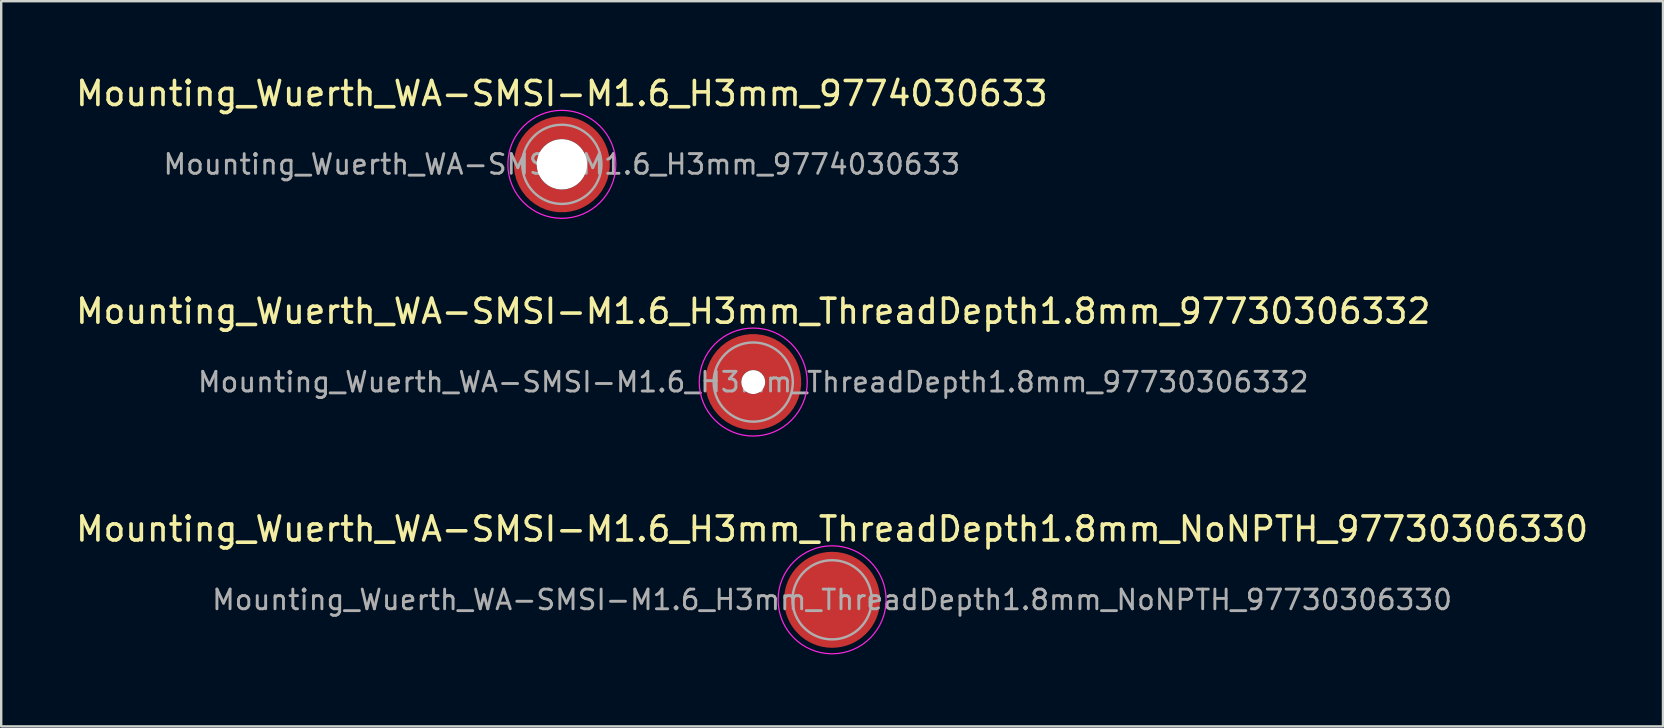
<source format=kicad_pcb>
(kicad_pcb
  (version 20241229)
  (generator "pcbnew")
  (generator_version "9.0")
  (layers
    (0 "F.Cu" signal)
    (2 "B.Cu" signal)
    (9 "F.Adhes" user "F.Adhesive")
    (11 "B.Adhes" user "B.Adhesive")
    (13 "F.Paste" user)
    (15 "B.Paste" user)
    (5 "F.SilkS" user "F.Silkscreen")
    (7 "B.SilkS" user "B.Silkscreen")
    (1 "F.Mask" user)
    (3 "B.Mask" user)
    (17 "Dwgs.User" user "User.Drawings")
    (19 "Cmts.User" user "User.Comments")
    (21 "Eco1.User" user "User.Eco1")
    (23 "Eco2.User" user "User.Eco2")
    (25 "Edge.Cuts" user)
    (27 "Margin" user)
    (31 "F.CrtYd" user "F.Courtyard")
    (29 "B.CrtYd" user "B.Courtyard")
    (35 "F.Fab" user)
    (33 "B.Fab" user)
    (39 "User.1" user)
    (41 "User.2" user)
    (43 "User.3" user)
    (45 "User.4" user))
  (footprint "Mounting_Wuerth_WA-SMSI-M1.6_H3mm_ThreadDepth1.8mm_97730306332"
    (layer "F.Cu")
    (at 28.339 12.871)
    (property "Reference" "Mounting_Wuerth_WA-SMSI-M1.6_H3mm_ThreadDepth1.8mm_97730306332" (at 0 -2.95 0) (layer "F.SilkS") (effects (font (size 1 1) (thickness 0.15))))
    (attr smd)
    (fp_circle (center 0 0) (end 2.25 0) (stroke (width 0.05) (type solid)) (fill no) (layer "F.CrtYd"))
    (fp_circle (center 0 0) (end 1.65 0) (stroke (width 0.1) (type solid)) (fill no) (layer "F.Fab"))
    (fp_text user "${REFERENCE}" (at 0 0 0) (layer "F.Fab") (effects (font (size 0.82 0.82) (thickness 0.12))))
    (pad "" smd custom (at 0 -1.25) (size 0.9 0.9) (layers "F.Paste") (options (anchor circle)) (primitives (gr_arc (start -0.259808 0.6) (mid -0.00045 0.55) (end 0.258972 0.599667) (width 0.2)) (gr_arc (start -0.466369 0.6) (mid -0.000127 0.45) (end 0.466163 0.599852) (width 0.2)) (gr_arc (start -0.622495 0.6) (mid -0.000185 0.35) (end 0.622228 0.599745) (width 0.2)) (gr_arc (start -0.759934 0.6) (mid -0.000146 0.25) (end 0.759744 0.599777) (width 0.2)) (gr_arc (start -0.887412 0.6) (mid -0.000546 0.15) (end 0.886766 0.599119) (width 0.2)) (gr_arc (start -1.008712 0.6) (mid -0.000059 0.05) (end 1.008648 0.5999) (width 0.2)) (gr_arc (start -1.125833 0.6) (mid -0.001134 -0.049999) (end 1.124697 0.598036) (width 0.2)) (gr_arc (start -1.23996 0.6) (mid -0.00088 -0.15) (end 1.239142 0.598442) (width 0.2)) (gr_arc (start -1.351851 0.6) (mid -0.000542 -0.25) (end 1.351381 0.599023) (width 0.2)) (gr_arc (start -1.462019 0.6) (mid -0.000852 -0.35) (end 1.461326 0.598443) (width 0.2)) (gr_arc (start -1.570828 0.6) (mid -0.000608 -0.45) (end 1.570363 0.598876) (width 0.2)) (gr_arc (start -1.678541 0.6) (mid -0.000991 -0.55) (end 1.677824 0.598152) (width 0.2)) (gr_line (start 0.26 0.6) (end 1.679 0.6) (width 0.2)) (gr_line (start -0.26 0.6) (end -1.679 0.6) (width 0.2))))
    (pad "" np_thru_hole circle (at 0 0) (size 1 1) (drill 1) (layers "*.Cu" "*.Mask"))
    (pad "" smd custom (at 0 1.25) (size 0.9 0.9) (layers "F.Paste") (options (anchor circle)) (primitives (gr_arc (start 0.259808 -0.6) (mid 0.00045 -0.55) (end -0.258972 -0.599667) (width 0.2)) (gr_arc (start 0.466369 -0.6) (mid 0.000127 -0.45) (end -0.466163 -0.599852) (width 0.2)) (gr_arc (start 0.622495 -0.6) (mid 0.000185 -0.35) (end -0.622228 -0.599745) (width 0.2)) (gr_arc (start 0.759934 -0.6) (mid 0.000146 -0.25) (end -0.759744 -0.599777) (width 0.2)) (gr_arc (start 0.887412 -0.6) (mid 0.000546 -0.15) (end -0.886766 -0.599119) (width 0.2)) (gr_arc (start 1.008712 -0.6) (mid 0.000059 -0.05) (end -1.008648 -0.5999) (width 0.2)) (gr_arc (start 1.125833 -0.6) (mid 0.001134 0.049999) (end -1.124697 -0.598036) (width 0.2)) (gr_arc (start 1.23996 -0.6) (mid 0.00088 0.15) (end -1.239142 -0.598442) (width 0.2)) (gr_arc (start 1.351851 -0.6) (mid 0.000542 0.25) (end -1.351381 -0.599023) (width 0.2)) (gr_arc (start 1.462019 -0.6) (mid 0.000852 0.35) (end -1.461326 -0.598443) (width 0.2)) (gr_arc (start 1.570828 -0.6) (mid 0.000608 0.45) (end -1.570363 -0.598876) (width 0.2)) (gr_arc (start 1.678541 -0.6) (mid 0.000991 0.55) (end -1.677824 -0.598152) (width 0.2)) (gr_line (start -0.26 -0.6) (end -1.679 -0.6) (width 0.2)) (gr_line (start 0.26 -0.6) (end 1.679 -0.6) (width 0.2))))
    (pad "1" smd circle (at -1.25 0) (size 1.1 1.1) (layers "F.Cu"))
    (pad "1" smd circle (at 0 -1.25) (size 1.1 1.1) (layers "F.Cu"))
    (pad "1" smd circle (at 0 1.25) (size 1.1 1.1) (layers "F.Cu"))
    (pad "1" smd custom (at 1.25 0) (size 1.1 1.1) (layers "F.Cu" "F.Mask") (options (anchor circle)) (primitives (gr_circle (center -1.25 0) (end 0 0) (width 1.5) (fill no)))))
  (footprint "Mounting_Wuerth_WA-SMSI-M1.6_H3mm_9774030633"
    (layer "F.Cu")
    (at 20.363 3.798)
    (property "Reference" "Mounting_Wuerth_WA-SMSI-M1.6_H3mm_9774030633" (at 0 -2.95 0) (layer "F.SilkS") (effects (font (size 1 1) (thickness 0.15))))
    (attr smd)
    (fp_circle (center 0 0) (end 2.25 0) (stroke (width 0.05) (type solid)) (fill no) (layer "F.CrtYd"))
    (fp_circle (center 0 0) (end 1.65 0) (stroke (width 0.1) (type solid)) (fill no) (layer "F.Fab"))
    (fp_text user "${REFERENCE}" (at 0 0 0) (layer "F.Fab") (effects (font (size 0.82 0.82) (thickness 0.12))))
    (pad "" smd custom (at -1.061 -1.061) (size 0.4 0.4) (layers "F.Paste") (options (anchor circle)) (primitives (gr_arc (start -0.101235 0.76066) (mid 0.211799 0.212465) (end 0.759748 -0.100999) (width 0.2)) (gr_arc (start -0.204251 0.76066) (mid 0.141299 0.141544) (end 0.760323 -0.204171) (width 0.2)) (gr_arc (start -0.306819 0.76066) (mid 0.070255 0.071167) (end 0.759401 -0.306542) (width 0.2)) (gr_arc (start -0.409034 0.76066) (mid -0.000242 0.000241) (end 0.759991 -0.408897) (width 0.2)) (gr_arc (start -0.510963 0.76066) (mid -0.071561 -0.06986) (end 0.758297 -0.51051) (width 0.2)) (gr_arc (start -0.61266 0.76066) (mid -0.142171 -0.140671) (end 0.758572 -0.612284) (width 0.2)) (gr_arc (start -0.714164 0.76066) (mid -0.212264 -0.212) (end 0.760292 -0.714102) (width 0.2)) (gr_line (start 0.761 -0.101) (end 0.761 -0.714) (width 0.2)) (gr_line (start -0.101 0.761) (end -0.714 0.761) (width 0.2))))
    (pad "" smd custom (at -1.061 1.061) (size 0.4 0.4) (layers "F.Paste") (options (anchor circle)) (primitives (gr_arc (start 0.76066 0.101235) (mid 0.212465 -0.211799) (end -0.100999 -0.759748) (width 0.2)) (gr_arc (start 0.76066 0.204251) (mid 0.141544 -0.141299) (end -0.204171 -0.760323) (width 0.2)) (gr_arc (start 0.76066 0.306819) (mid 0.071167 -0.070255) (end -0.306542 -0.759401) (width 0.2)) (gr_arc (start 0.76066 0.409034) (mid 0.000241 0.000242) (end -0.408897 -0.759991) (width 0.2)) (gr_arc (start 0.76066 0.510963) (mid -0.06986 0.071561) (end -0.51051 -0.758297) (width 0.2)) (gr_arc (start 0.76066 0.61266) (mid -0.140671 0.142171) (end -0.612284 -0.758572) (width 0.2)) (gr_arc (start 0.76066 0.714164) (mid -0.212 0.212264) (end -0.714102 -0.760292) (width 0.2)) (gr_line (start -0.101 -0.761) (end -0.714 -0.761) (width 0.2)) (gr_line (start 0.761 0.101) (end 0.761 0.714) (width 0.2))))
    (pad "" np_thru_hole circle (at 0 0) (size 2.1 2.1) (drill 2.1) (layers "*.Cu" "*.Mask"))
    (pad "" smd custom (at 1.061 -1.061) (size 0.4 0.4) (layers "F.Paste") (options (anchor circle)) (primitives (gr_arc (start -0.76066 -0.101235) (mid -0.212465 0.211799) (end 0.100999 0.759748) (width 0.2)) (gr_arc (start -0.76066 -0.204251) (mid -0.141544 0.141299) (end 0.204171 0.760323) (width 0.2)) (gr_arc (start -0.76066 -0.306819) (mid -0.071167 0.070255) (end 0.306542 0.759401) (width 0.2)) (gr_arc (start -0.76066 -0.409034) (mid -0.000241 -0.000242) (end 0.408897 0.759991) (width 0.2)) (gr_arc (start -0.76066 -0.510963) (mid 0.06986 -0.071561) (end 0.51051 0.758297) (width 0.2)) (gr_arc (start -0.76066 -0.61266) (mid 0.140671 -0.142171) (end 0.612284 0.758572) (width 0.2)) (gr_arc (start -0.76066 -0.714164) (mid 0.212 -0.212264) (end 0.714102 0.760292) (width 0.2)) (gr_line (start 0.101 0.761) (end 0.714 0.761) (width 0.2)) (gr_line (start -0.761 -0.101) (end -0.761 -0.714) (width 0.2))))
    (pad "" smd custom (at 1.061 1.061) (size 0.4 0.4) (layers "F.Paste") (options (anchor circle)) (primitives (gr_arc (start 0.101235 -0.76066) (mid -0.211799 -0.212465) (end -0.759748 0.100999) (width 0.2)) (gr_arc (start 0.204251 -0.76066) (mid -0.141299 -0.141544) (end -0.760323 0.204171) (width 0.2)) (gr_arc (start 0.306819 -0.76066) (mid -0.070255 -0.071167) (end -0.759401 0.306542) (width 0.2)) (gr_arc (start 0.409034 -0.76066) (mid 0.000242 -0.000241) (end -0.759991 0.408897) (width 0.2)) (gr_arc (start 0.510963 -0.76066) (mid 0.071561 0.06986) (end -0.758297 0.51051) (width 0.2)) (gr_arc (start 0.61266 -0.76066) (mid 0.142171 0.140671) (end -0.758572 0.612284) (width 0.2)) (gr_arc (start 0.714164 -0.76066) (mid 0.212264 0.212) (end -0.760292 0.714102) (width 0.2)) (gr_line (start -0.761 0.101) (end -0.761 0.714) (width 0.2)) (gr_line (start 0.101 -0.761) (end 0.714 -0.761) (width 0.2))))
    (pad "1" smd circle (at -1.525 0) (size 0.55 0.55) (layers "F.Cu"))
    (pad "1" smd circle (at 0 -1.525) (size 0.55 0.55) (layers "F.Cu"))
    (pad "1" smd circle (at 0 1.525) (size 0.55 0.55) (layers "F.Cu"))
    (pad "1" smd custom (at 1.525 0) (size 0.55 0.55) (layers "F.Cu" "F.Mask") (options (anchor circle)) (primitives (gr_circle (center -1.525 0) (end 0 0) (width 0.95) (fill no)))))
  (footprint "Mounting_Wuerth_WA-SMSI-M1.6_H3mm_ThreadDepth1.8mm_NoNPTH_97730306330"
    (layer "F.Cu")
    (at 31.625 21.945)
    (property "Reference" "Mounting_Wuerth_WA-SMSI-M1.6_H3mm_ThreadDepth1.8mm_NoNPTH_97730306330" (at 0 -2.95 0) (layer "F.SilkS") (effects (font (size 1 1) (thickness 0.15))))
    (attr smd)
    (fp_circle (center 0 0) (end 2.25 0) (stroke (width 0.05) (type solid)) (fill no) (layer "F.CrtYd"))
    (fp_circle (center 0 0) (end 1.65 0) (stroke (width 0.1) (type solid)) (fill no) (layer "F.Fab"))
    (fp_text user "${REFERENCE}" (at 0 0 0) (layer "F.Fab") (effects (font (size 0.82 0.82) (thickness 0.12))))
    (pad "" smd custom (at -0.778 -0.778) (size 1.2 1.2) (layers "F.Paste") (options (anchor circle)) (primitives (gr_arc (start 0.465568 0.527817) (mid 0.494887 0.495062) (end 0.527624 0.465723) (width 0.2)) (gr_arc (start 0.344805 0.527817) (mid 0.424264 0.424264) (end 0.527818 0.344805) (width 0.2)) (gr_arc (start 0.232382 0.527817) (mid 0.353364 0.353743) (end 0.527329 0.232606) (width 0.2)) (gr_arc (start 0.123983 0.527817) (mid 0.282626 0.28306) (end 0.527243 0.124203) (width 0.2)) (gr_arc (start 0.017883 0.527817) (mid 0.211737 0.212527) (end 0.526755 0.018233) (width 0.2)) (gr_arc (start -0.086763 0.527817) (mid 0.141173 0.14167) (end 0.527142 -0.086568) (width 0.2)) (gr_arc (start -0.190428 0.527817) (mid 0.070433 0.070988) (end 0.527057 -0.190232) (width 0.2)) (gr_arc (start -0.293397 0.527817) (mid -0.000182 0.000182) (end 0.527315 -0.29328) (width 0.2)) (gr_arc (start -0.395852 0.527817) (mid -0.071085 -0.070336) (end 0.526781 -0.395631) (width 0.2)) (gr_arc (start -0.497918 0.527817) (mid -0.141622 -0.141221) (end 0.52726 -0.497809) (width 0.2)) (gr_arc (start -0.59968 0.527817) (mid -0.212364 -0.2119) (end 0.527171 -0.599563) (width 0.2)) (gr_arc (start -0.701202 0.527817) (mid -0.282952 -0.282733) (end 0.527511 -0.70115) (width 0.2)) (gr_arc (start -0.802531 0.527817) (mid -0.353765 -0.353343) (end 0.527227 -0.802438) (width 0.2)) (gr_arc (start -0.9037 0.527817) (mid -0.425176 -0.423352) (end 0.525265 -0.903319) (width 0.2)) (gr_arc (start -1.004737 0.527817) (mid -0.49534 -0.49461) (end 0.526794 -1.004593) (width 0.2)) (gr_line (start 0.528 0.466) (end 0.528 -1.005) (width 0.2)) (gr_line (start 0.466 0.528) (end -1.005 0.528) (width 0.2))))
    (pad "" smd custom (at -0.778 0.778) (size 1.2 1.2) (layers "F.Paste") (options (anchor circle)) (primitives (gr_arc (start 0.527817 -0.465568) (mid 0.495062 -0.494887) (end 0.465723 -0.527624) (width 0.2)) (gr_arc (start 0.527817 -0.344805) (mid 0.424264 -0.424264) (end 0.344805 -0.527818) (width 0.2)) (gr_arc (start 0.527817 -0.232382) (mid 0.353743 -0.353364) (end 0.232606 -0.527329) (width 0.2)) (gr_arc (start 0.527817 -0.123983) (mid 0.28306 -0.282626) (end 0.124203 -0.527243) (width 0.2)) (gr_arc (start 0.527817 -0.017883) (mid 0.212527 -0.211737) (end 0.018233 -0.526755) (width 0.2)) (gr_arc (start 0.527817 0.086763) (mid 0.14167 -0.141173) (end -0.086568 -0.527142) (width 0.2)) (gr_arc (start 0.527817 0.190428) (mid 0.070988 -0.070433) (end -0.190232 -0.527057) (width 0.2)) (gr_arc (start 0.527817 0.293397) (mid 0.000182 0.000182) (end -0.29328 -0.527315) (width 0.2)) (gr_arc (start 0.527817 0.395852) (mid -0.070336 0.071085) (end -0.395631 -0.526781) (width 0.2)) (gr_arc (start 0.527817 0.497918) (mid -0.141221 0.141622) (end -0.497809 -0.52726) (width 0.2)) (gr_arc (start 0.527817 0.59968) (mid -0.2119 0.212364) (end -0.599563 -0.527171) (width 0.2)) (gr_arc (start 0.527817 0.701202) (mid -0.282733 0.282952) (end -0.70115 -0.527511) (width 0.2)) (gr_arc (start 0.527817 0.802531) (mid -0.353343 0.353765) (end -0.802438 -0.527227) (width 0.2)) (gr_arc (start 0.527817 0.9037) (mid -0.423352 0.425176) (end -0.903319 -0.525265) (width 0.2)) (gr_arc (start 0.527817 1.004737) (mid -0.49461 0.49534) (end -1.004593 -0.526794) (width 0.2)) (gr_line (start 0.466 -0.528) (end -1.005 -0.528) (width 0.2)) (gr_line (start 0.528 -0.466) (end 0.528 1.005) (width 0.2))))
    (pad "" smd custom (at 0.778 -0.778) (size 1.2 1.2) (layers "F.Paste") (options (anchor circle)) (primitives (gr_arc (start -0.527817 0.465568) (mid -0.495062 0.494887) (end -0.465723 0.527624) (width 0.2)) (gr_arc (start -0.527817 0.344805) (mid -0.424264 0.424264) (end -0.344805 0.527818) (width 0.2)) (gr_arc (start -0.527817 0.232382) (mid -0.353743 0.353364) (end -0.232606 0.527329) (width 0.2)) (gr_arc (start -0.527817 0.123983) (mid -0.28306 0.282626) (end -0.124203 0.527243) (width 0.2)) (gr_arc (start -0.527817 0.017883) (mid -0.212527 0.211737) (end -0.018233 0.526755) (width 0.2)) (gr_arc (start -0.527817 -0.086763) (mid -0.14167 0.141173) (end 0.086568 0.527142) (width 0.2)) (gr_arc (start -0.527817 -0.190428) (mid -0.070988 0.070433) (end 0.190232 0.527057) (width 0.2)) (gr_arc (start -0.527817 -0.293397) (mid -0.000182 -0.000182) (end 0.29328 0.527315) (width 0.2)) (gr_arc (start -0.527817 -0.395852) (mid 0.070336 -0.071085) (end 0.395631 0.526781) (width 0.2)) (gr_arc (start -0.527817 -0.497918) (mid 0.141221 -0.141622) (end 0.497809 0.52726) (width 0.2)) (gr_arc (start -0.527817 -0.59968) (mid 0.2119 -0.212364) (end 0.599563 0.527171) (width 0.2)) (gr_arc (start -0.527817 -0.701202) (mid 0.282733 -0.282952) (end 0.70115 0.527511) (width 0.2)) (gr_arc (start -0.527817 -0.802531) (mid 0.353343 -0.353765) (end 0.802438 0.527227) (width 0.2)) (gr_arc (start -0.527817 -0.9037) (mid 0.423352 -0.425176) (end 0.903319 0.525265) (width 0.2)) (gr_arc (start -0.527817 -1.004737) (mid 0.49461 -0.49534) (end 1.004593 0.526794) (width 0.2)) (gr_line (start -0.466 0.528) (end 1.005 0.528) (width 0.2)) (gr_line (start -0.528 0.466) (end -0.528 -1.005) (width 0.2))))
    (pad "" smd custom (at 0.778 0.778) (size 1.2 1.2) (layers "F.Paste") (options (anchor circle)) (primitives (gr_arc (start -0.465568 -0.527817) (mid -0.494887 -0.495062) (end -0.527624 -0.465723) (width 0.2)) (gr_arc (start -0.344805 -0.527817) (mid -0.424264 -0.424264) (end -0.527818 -0.344805) (width 0.2)) (gr_arc (start -0.232382 -0.527817) (mid -0.353364 -0.353743) (end -0.527329 -0.232606) (width 0.2)) (gr_arc (start -0.123983 -0.527817) (mid -0.282626 -0.28306) (end -0.527243 -0.124203) (width 0.2)) (gr_arc (start -0.017883 -0.527817) (mid -0.211737 -0.212527) (end -0.526755 -0.018233) (width 0.2)) (gr_arc (start 0.086763 -0.527817) (mid -0.141173 -0.14167) (end -0.527142 0.086568) (width 0.2)) (gr_arc (start 0.190428 -0.527817) (mid -0.070433 -0.070988) (end -0.527057 0.190232) (width 0.2)) (gr_arc (start 0.293397 -0.527817) (mid 0.000182 -0.000182) (end -0.527315 0.29328) (width 0.2)) (gr_arc (start 0.395852 -0.527817) (mid 0.071085 0.070336) (end -0.526781 0.395631) (width 0.2)) (gr_arc (start 0.497918 -0.527817) (mid 0.141622 0.141221) (end -0.52726 0.497809) (width 0.2)) (gr_arc (start 0.59968 -0.527817) (mid 0.212364 0.2119) (end -0.527171 0.599563) (width 0.2)) (gr_arc (start 0.701202 -0.527817) (mid 0.282952 0.282733) (end -0.527511 0.70115) (width 0.2)) (gr_arc (start 0.802531 -0.527817) (mid 0.353765 0.353343) (end -0.527227 0.802438) (width 0.2)) (gr_arc (start 0.9037 -0.527817) (mid 0.425176 0.423352) (end -0.525265 0.903319) (width 0.2)) (gr_arc (start 1.004737 -0.527817) (mid 0.49534 0.49461) (end -0.526794 1.004593) (width 0.2)) (gr_line (start -0.528 -0.466) (end -0.528 1.005) (width 0.2)) (gr_line (start -0.466 -0.528) (end 1.005 -0.528) (width 0.2))))
    (pad "1" smd circle (at 0 0) (size 4 4) (layers "F.Cu" "F.Mask")))
  (gr_rect
    (start -3 -3)
    (end 66.25 27.22)
    (stroke (width 0.1) (type default))
    (fill no)
    (layer "Edge.Cuts")))
</source>
